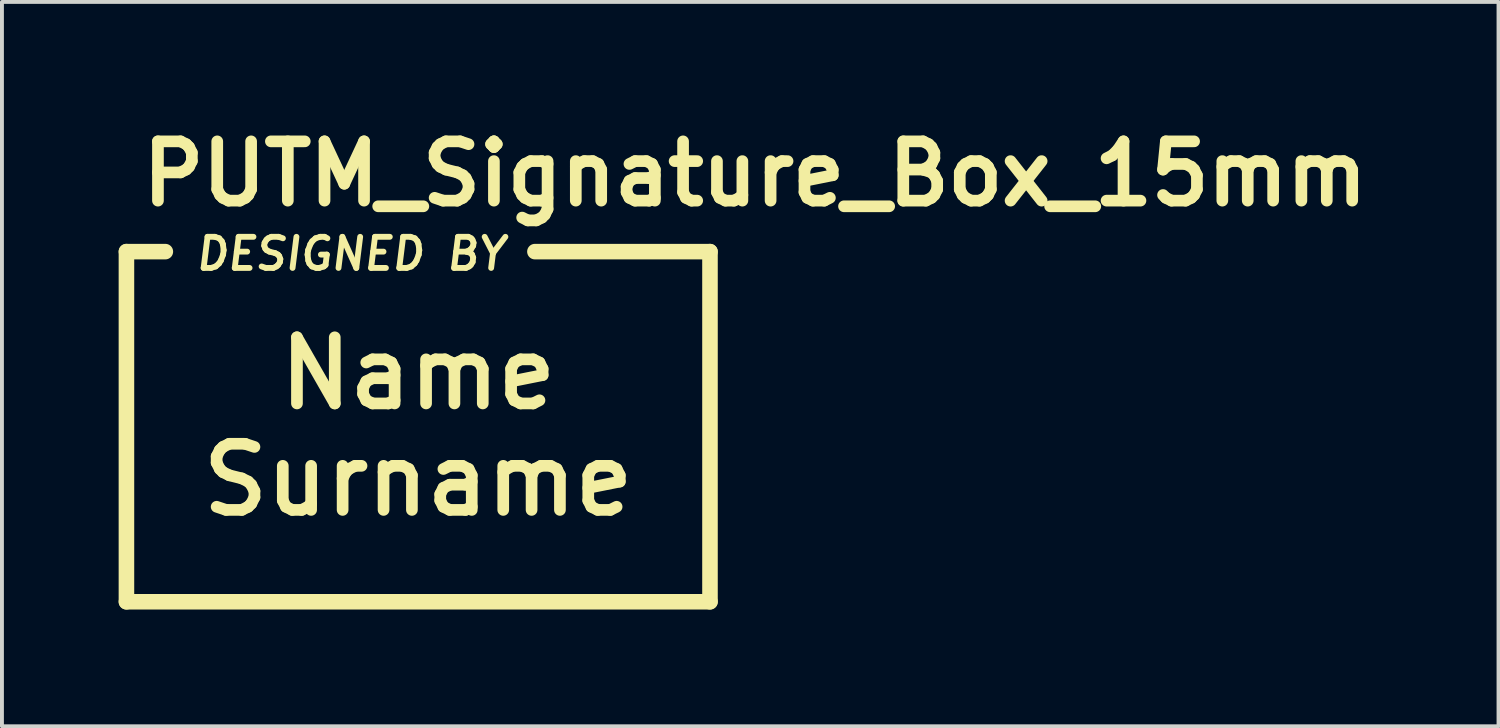
<source format=kicad_pcb>
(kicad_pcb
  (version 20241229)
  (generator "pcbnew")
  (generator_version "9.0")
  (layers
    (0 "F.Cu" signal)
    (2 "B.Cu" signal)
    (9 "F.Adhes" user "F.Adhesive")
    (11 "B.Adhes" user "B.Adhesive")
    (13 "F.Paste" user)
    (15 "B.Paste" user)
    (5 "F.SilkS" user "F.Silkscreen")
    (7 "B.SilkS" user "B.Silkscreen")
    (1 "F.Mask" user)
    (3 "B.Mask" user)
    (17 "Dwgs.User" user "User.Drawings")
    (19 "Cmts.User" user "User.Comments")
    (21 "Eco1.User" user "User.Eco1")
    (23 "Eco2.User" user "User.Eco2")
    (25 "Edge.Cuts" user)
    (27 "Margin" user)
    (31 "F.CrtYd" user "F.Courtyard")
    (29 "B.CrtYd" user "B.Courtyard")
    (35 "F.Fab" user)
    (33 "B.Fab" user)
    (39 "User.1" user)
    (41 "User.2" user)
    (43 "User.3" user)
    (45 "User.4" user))
  (footprint "PUTM_Signature_Box_15mm"
    (layer "F.Cu")
    (at 7.7 8.168)
    (property "Reference" "PUTM_Signature_Box_15mm" (at -7.25 -6.75 0) (layer "F.SilkS") (effects (font (size 1.524 1.524) (thickness 0.3)) (justify left)))
    (attr through_hole board_only exclude_from_pos_files exclude_from_bom allow_missing_courtyard)
    (fp_line (start -7.5 -4.75) (end -6.5 -4.75) (stroke (width 0.4) (type solid)) (layer "F.SilkS"))
    (fp_line (start -7.5 4.25) (end -7.5 -4.75) (stroke (width 0.4) (type solid)) (layer "F.SilkS"))
    (fp_line (start 3 -4.75) (end 7.5 -4.75) (stroke (width 0.4) (type solid)) (layer "F.SilkS"))
    (fp_line (start 7.5 -4.75) (end 7.5 4.25) (stroke (width 0.4) (type solid)) (layer "F.SilkS"))
    (fp_line (start 7.5 4.25) (end -7.5 4.25) (stroke (width 0.4) (type solid)) (layer "F.SilkS"))
    (fp_text user "DESIGNED BY" (at -5.8 -4.225 0) (unlocked yes) (layer "F.SilkS") (effects (font (size 0.8 0.8) (thickness 0.15) (bold yes) (italic yes)) (justify left bottom)))
    (fp_text user "Name\nSurname" (at 0 -0.25 0) (unlocked yes) (layer "F.SilkS") (effects (font (size 1.7 1.7) (thickness 0.3) (bold yes)))))
  (gr_rect
    (start -3 -3)
    (end 35.469 15.618)
    (stroke (width 0.1) (type default))
    (fill no)
    (layer "Edge.Cuts")))
</source>
